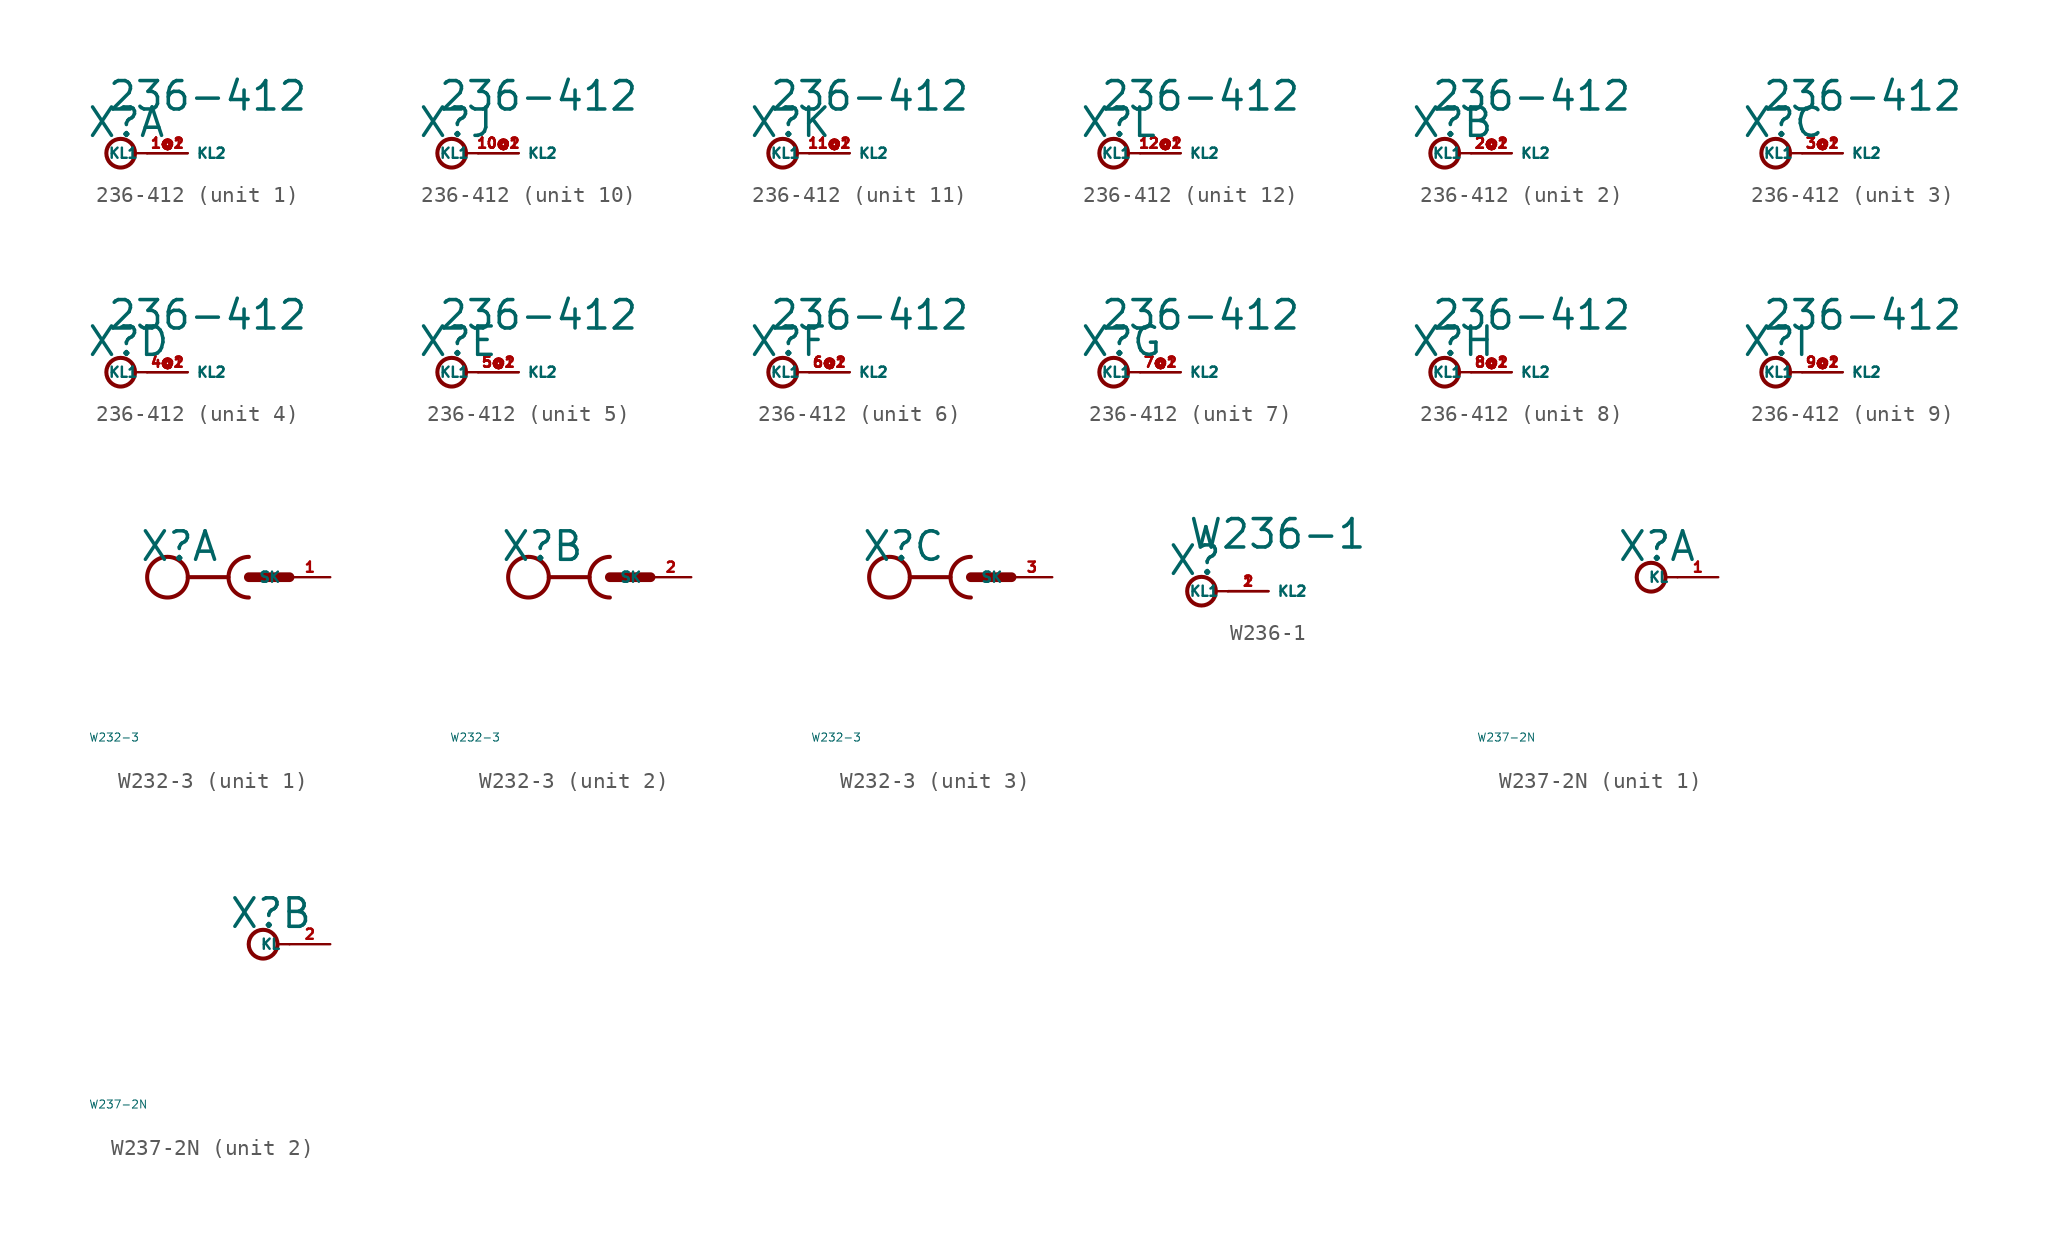
<source format=kicad_sym>
(kicad_symbol_lib
  (version 20220914)
  (generator Eagle2Kicad)
  (symbol "236-412"
    (property "Reference" "X"
      (at -1.27 0.889 0)
      (effects (font (size 1.778 1.778) (thickness 0.22)) (justify left bottom)))
    (property "Value" "236-412"
      (at 0 2.54 0)
      (effects (font (size 1.778 1.778) (thickness 0.22)) (justify left bottom)))
    (symbol "236-412_1_0"
      (polyline (pts (xy 1.778 0) (xy 2.54 0)) (stroke (width 0.152) (type default)) (fill (type none)))
      (circle (center 0.889 0) (radius 0.898) (stroke (width 0.254) (type default)) (fill (type none)))
      (pin passive line (at 5.08 0 180) (length 2.54) (name "KL1" (effects (font (size 0.635 0.635) (thickness 0.08)) (justify left bottom))) (number "1@1" (effects (font (size 0.635 0.635) (thickness 0.08)) (justify left bottom))))
      (pin passive line (at 2.54 0 0) (length 2.54) (name "KL2" (effects (font (size 0.635 0.635) (thickness 0.08)) (justify left bottom))) (number "1@2" (effects (font (size 0.635 0.635) (thickness 0.08)) (justify left bottom)))))
    (symbol "236-412_2_0"
      (polyline (pts (xy 1.778 0) (xy 2.54 0)) (stroke (width 0.152) (type default)) (fill (type none)))
      (circle (center 0.889 0) (radius 0.898) (stroke (width 0.254) (type default)) (fill (type none)))
      (pin passive line (at 5.08 0 180) (length 2.54) (name "KL1" (effects (font (size 0.635 0.635) (thickness 0.08)) (justify left bottom))) (number "2@1" (effects (font (size 0.635 0.635) (thickness 0.08)) (justify left bottom))))
      (pin passive line (at 2.54 0 0) (length 2.54) (name "KL2" (effects (font (size 0.635 0.635) (thickness 0.08)) (justify left bottom))) (number "2@2" (effects (font (size 0.635 0.635) (thickness 0.08)) (justify left bottom)))))
    (symbol "236-412_3_0"
      (polyline (pts (xy 1.778 0) (xy 2.54 0)) (stroke (width 0.152) (type default)) (fill (type none)))
      (circle (center 0.889 0) (radius 0.898) (stroke (width 0.254) (type default)) (fill (type none)))
      (pin passive line (at 5.08 0 180) (length 2.54) (name "KL1" (effects (font (size 0.635 0.635) (thickness 0.08)) (justify left bottom))) (number "3@1" (effects (font (size 0.635 0.635) (thickness 0.08)) (justify left bottom))))
      (pin passive line (at 2.54 0 0) (length 2.54) (name "KL2" (effects (font (size 0.635 0.635) (thickness 0.08)) (justify left bottom))) (number "3@2" (effects (font (size 0.635 0.635) (thickness 0.08)) (justify left bottom)))))
    (symbol "236-412_4_0"
      (polyline (pts (xy 1.778 0) (xy 2.54 0)) (stroke (width 0.152) (type default)) (fill (type none)))
      (circle (center 0.889 0) (radius 0.898) (stroke (width 0.254) (type default)) (fill (type none)))
      (pin passive line (at 5.08 0 180) (length 2.54) (name "KL1" (effects (font (size 0.635 0.635) (thickness 0.08)) (justify left bottom))) (number "4@1" (effects (font (size 0.635 0.635) (thickness 0.08)) (justify left bottom))))
      (pin passive line (at 2.54 0 0) (length 2.54) (name "KL2" (effects (font (size 0.635 0.635) (thickness 0.08)) (justify left bottom))) (number "4@2" (effects (font (size 0.635 0.635) (thickness 0.08)) (justify left bottom)))))
    (symbol "236-412_5_0"
      (polyline (pts (xy 1.778 0) (xy 2.54 0)) (stroke (width 0.152) (type default)) (fill (type none)))
      (circle (center 0.889 0) (radius 0.898) (stroke (width 0.254) (type default)) (fill (type none)))
      (pin passive line (at 5.08 0 180) (length 2.54) (name "KL1" (effects (font (size 0.635 0.635) (thickness 0.08)) (justify left bottom))) (number "5@1" (effects (font (size 0.635 0.635) (thickness 0.08)) (justify left bottom))))
      (pin passive line (at 2.54 0 0) (length 2.54) (name "KL2" (effects (font (size 0.635 0.635) (thickness 0.08)) (justify left bottom))) (number "5@2" (effects (font (size 0.635 0.635) (thickness 0.08)) (justify left bottom)))))
    (symbol "236-412_6_0"
      (polyline (pts (xy 1.778 0) (xy 2.54 0)) (stroke (width 0.152) (type default)) (fill (type none)))
      (circle (center 0.889 0) (radius 0.898) (stroke (width 0.254) (type default)) (fill (type none)))
      (pin passive line (at 5.08 0 180) (length 2.54) (name "KL1" (effects (font (size 0.635 0.635) (thickness 0.08)) (justify left bottom))) (number "6@1" (effects (font (size 0.635 0.635) (thickness 0.08)) (justify left bottom))))
      (pin passive line (at 2.54 0 0) (length 2.54) (name "KL2" (effects (font (size 0.635 0.635) (thickness 0.08)) (justify left bottom))) (number "6@2" (effects (font (size 0.635 0.635) (thickness 0.08)) (justify left bottom)))))
    (symbol "236-412_7_0"
      (polyline (pts (xy 1.778 0) (xy 2.54 0)) (stroke (width 0.152) (type default)) (fill (type none)))
      (circle (center 0.889 0) (radius 0.898) (stroke (width 0.254) (type default)) (fill (type none)))
      (pin passive line (at 5.08 0 180) (length 2.54) (name "KL1" (effects (font (size 0.635 0.635) (thickness 0.08)) (justify left bottom))) (number "7@1" (effects (font (size 0.635 0.635) (thickness 0.08)) (justify left bottom))))
      (pin passive line (at 2.54 0 0) (length 2.54) (name "KL2" (effects (font (size 0.635 0.635) (thickness 0.08)) (justify left bottom))) (number "7@2" (effects (font (size 0.635 0.635) (thickness 0.08)) (justify left bottom)))))
    (symbol "236-412_8_0"
      (polyline (pts (xy 1.778 0) (xy 2.54 0)) (stroke (width 0.152) (type default)) (fill (type none)))
      (circle (center 0.889 0) (radius 0.898) (stroke (width 0.254) (type default)) (fill (type none)))
      (pin passive line (at 5.08 0 180) (length 2.54) (name "KL1" (effects (font (size 0.635 0.635) (thickness 0.08)) (justify left bottom))) (number "8@1" (effects (font (size 0.635 0.635) (thickness 0.08)) (justify left bottom))))
      (pin passive line (at 2.54 0 0) (length 2.54) (name "KL2" (effects (font (size 0.635 0.635) (thickness 0.08)) (justify left bottom))) (number "8@2" (effects (font (size 0.635 0.635) (thickness 0.08)) (justify left bottom)))))
    (symbol "236-412_9_0"
      (polyline (pts (xy 1.778 0) (xy 2.54 0)) (stroke (width 0.152) (type default)) (fill (type none)))
      (circle (center 0.889 0) (radius 0.898) (stroke (width 0.254) (type default)) (fill (type none)))
      (pin passive line (at 5.08 0 180) (length 2.54) (name "KL1" (effects (font (size 0.635 0.635) (thickness 0.08)) (justify left bottom))) (number "9@1" (effects (font (size 0.635 0.635) (thickness 0.08)) (justify left bottom))))
      (pin passive line (at 2.54 0 0) (length 2.54) (name "KL2" (effects (font (size 0.635 0.635) (thickness 0.08)) (justify left bottom))) (number "9@2" (effects (font (size 0.635 0.635) (thickness 0.08)) (justify left bottom)))))
    (symbol "236-412_10_0"
      (polyline (pts (xy 1.778 0) (xy 2.54 0)) (stroke (width 0.152) (type default)) (fill (type none)))
      (circle (center 0.889 0) (radius 0.898) (stroke (width 0.254) (type default)) (fill (type none)))
      (pin passive line (at 5.08 0 180) (length 2.54) (name "KL1" (effects (font (size 0.635 0.635) (thickness 0.08)) (justify left bottom))) (number "10@1" (effects (font (size 0.635 0.635) (thickness 0.08)) (justify left bottom))))
      (pin passive line (at 2.54 0 0) (length 2.54) (name "KL2" (effects (font (size 0.635 0.635) (thickness 0.08)) (justify left bottom))) (number "10@2" (effects (font (size 0.635 0.635) (thickness 0.08)) (justify left bottom)))))
    (symbol "236-412_11_0"
      (polyline (pts (xy 1.778 0) (xy 2.54 0)) (stroke (width 0.152) (type default)) (fill (type none)))
      (circle (center 0.889 0) (radius 0.898) (stroke (width 0.254) (type default)) (fill (type none)))
      (pin passive line (at 5.08 0 180) (length 2.54) (name "KL1" (effects (font (size 0.635 0.635) (thickness 0.08)) (justify left bottom))) (number "11@1" (effects (font (size 0.635 0.635) (thickness 0.08)) (justify left bottom))))
      (pin passive line (at 2.54 0 0) (length 2.54) (name "KL2" (effects (font (size 0.635 0.635) (thickness 0.08)) (justify left bottom))) (number "11@2" (effects (font (size 0.635 0.635) (thickness 0.08)) (justify left bottom)))))
    (symbol "236-412_12_0"
      (polyline (pts (xy 1.778 0) (xy 2.54 0)) (stroke (width 0.152) (type default)) (fill (type none)))
      (circle (center 0.889 0) (radius 0.898) (stroke (width 0.254) (type default)) (fill (type none)))
      (pin passive line (at 5.08 0 180) (length 2.54) (name "KL1" (effects (font (size 0.635 0.635) (thickness 0.08)) (justify left bottom))) (number "12@1" (effects (font (size 0.635 0.635) (thickness 0.08)) (justify left bottom))))
      (pin passive line (at 2.54 0 0) (length 2.54) (name "KL2" (effects (font (size 0.635 0.635) (thickness 0.08)) (justify left bottom))) (number "12@2" (effects (font (size 0.635 0.635) (thickness 0.08)) (justify left bottom))))))
  (symbol "W232-3"
    (property "Reference" "X"
      (at -6.858 0.889 0)
      (effects (font (size 1.778 1.778) (thickness 0.22)) (justify left bottom)))
    (property "Value" "W232-3"
      (at -10 -10 0)
      (effects (font (size 0.5 0.5) (thickness 0.06)) (justify left)))
    (symbol "W232-3_1_0"
      (polyline (pts (xy -3.81 0) (xy -1.27 0)) (stroke (width 0.254) (type default)) (fill (type none)))
      (arc (start 0 1.27) (mid -1.270 0.000) (end 0 -1.27) (stroke (width 0.254) (type default)) (fill (type none)))
      (polyline (pts (xy 0 0) (xy 2.54 0)) (stroke (width 0.61) (type default)) (fill (type none)))
      (circle (center -5.08 0) (radius 1.27) (stroke (width 0.254) (type default)) (fill (type none)))
      (pin passive line (at 5.08 0 180) (length 2.54) (name "SK" (effects (font (size 0.635 0.635) (thickness 0.08)) (justify left bottom))) (number "1" (effects (font (size 0.635 0.635) (thickness 0.08)) (justify left bottom)))))
    (symbol "W232-3_2_0"
      (polyline (pts (xy -3.81 0) (xy -1.27 0)) (stroke (width 0.254) (type default)) (fill (type none)))
      (arc (start 0 1.27) (mid -1.270 0.000) (end 0 -1.27) (stroke (width 0.254) (type default)) (fill (type none)))
      (polyline (pts (xy 0 0) (xy 2.54 0)) (stroke (width 0.61) (type default)) (fill (type none)))
      (circle (center -5.08 0) (radius 1.27) (stroke (width 0.254) (type default)) (fill (type none)))
      (pin passive line (at 5.08 0 180) (length 2.54) (name "SK" (effects (font (size 0.635 0.635) (thickness 0.08)) (justify left bottom))) (number "2" (effects (font (size 0.635 0.635) (thickness 0.08)) (justify left bottom)))))
    (symbol "W232-3_3_0"
      (polyline (pts (xy -3.81 0) (xy -1.27 0)) (stroke (width 0.254) (type default)) (fill (type none)))
      (arc (start 0 1.27) (mid -1.270 0.000) (end 0 -1.27) (stroke (width 0.254) (type default)) (fill (type none)))
      (polyline (pts (xy 0 0) (xy 2.54 0)) (stroke (width 0.61) (type default)) (fill (type none)))
      (circle (center -5.08 0) (radius 1.27) (stroke (width 0.254) (type default)) (fill (type none)))
      (pin passive line (at 5.08 0 180) (length 2.54) (name "SK" (effects (font (size 0.635 0.635) (thickness 0.08)) (justify left bottom))) (number "3" (effects (font (size 0.635 0.635) (thickness 0.08)) (justify left bottom))))))
  (symbol "W236-1"
    (property "Reference" "X"
      (at -1.27 0.889 0)
      (effects (font (size 1.778 1.778) (thickness 0.22)) (justify left bottom)))
    (property "Value" "W236-1"
      (at 0 2.54 0)
      (effects (font (size 1.778 1.778) (thickness 0.22)) (justify left bottom)))
    (polyline
      (pts (xy 1.778 0) (xy 2.54 0))
      (stroke (width 0.152) (type default))
      (fill (type none)))
    (circle
      (center 0.889 0)
      (radius 0.898)
      (stroke (width 0.254) (type default))
      (fill (type none)))
    (pin passive line
      (at 5.08 0 180)
      (length 2.54)
      (name "KL1" (effects (font (size 0.635 0.635) (thickness 0.08)) (justify left bottom)))
      (number "1" (effects (font (size 0.635 0.635) (thickness 0.08)) (justify left bottom))))
    (pin passive line
      (at 2.54 0 0)
      (length 2.54)
      (name "KL2" (effects (font (size 0.635 0.635) (thickness 0.08)) (justify left bottom)))
      (number "2" (effects (font (size 0.635 0.635) (thickness 0.08)) (justify left bottom)))))
  (symbol "W237-2N"
    (property "Reference" "X"
      (at -1.27 0.889 0)
      (effects (font (size 1.778 1.778) (thickness 0.22)) (justify left bottom)))
    (property "Value" "W237-2N"
      (at -10 -10 0)
      (effects (font (size 0.5 0.5) (thickness 0.06)) (justify left)))
    (symbol "W237-2N_1_0"
      (polyline (pts (xy 1.778 0) (xy 2.54 0)) (stroke (width 0.152) (type default)) (fill (type none)))
      (circle (center 0.889 0) (radius 0.898) (stroke (width 0.254) (type default)) (fill (type none)))
      (pin passive line (at 5.08 0 180) (length 2.54) (name "KL" (effects (font (size 0.635 0.635) (thickness 0.08)) (justify left bottom))) (number "1" (effects (font (size 0.635 0.635) (thickness 0.08)) (justify left bottom)))))
    (symbol "W237-2N_2_0"
      (polyline (pts (xy 1.778 0) (xy 2.54 0)) (stroke (width 0.152) (type default)) (fill (type none)))
      (circle (center 0.889 0) (radius 0.898) (stroke (width 0.254) (type default)) (fill (type none)))
      (pin passive line (at 5.08 0 180) (length 2.54) (name "KL" (effects (font (size 0.635 0.635) (thickness 0.08)) (justify left bottom))) (number "2" (effects (font (size 0.635 0.635) (thickness 0.08)) (justify left bottom)))))))
</source>
